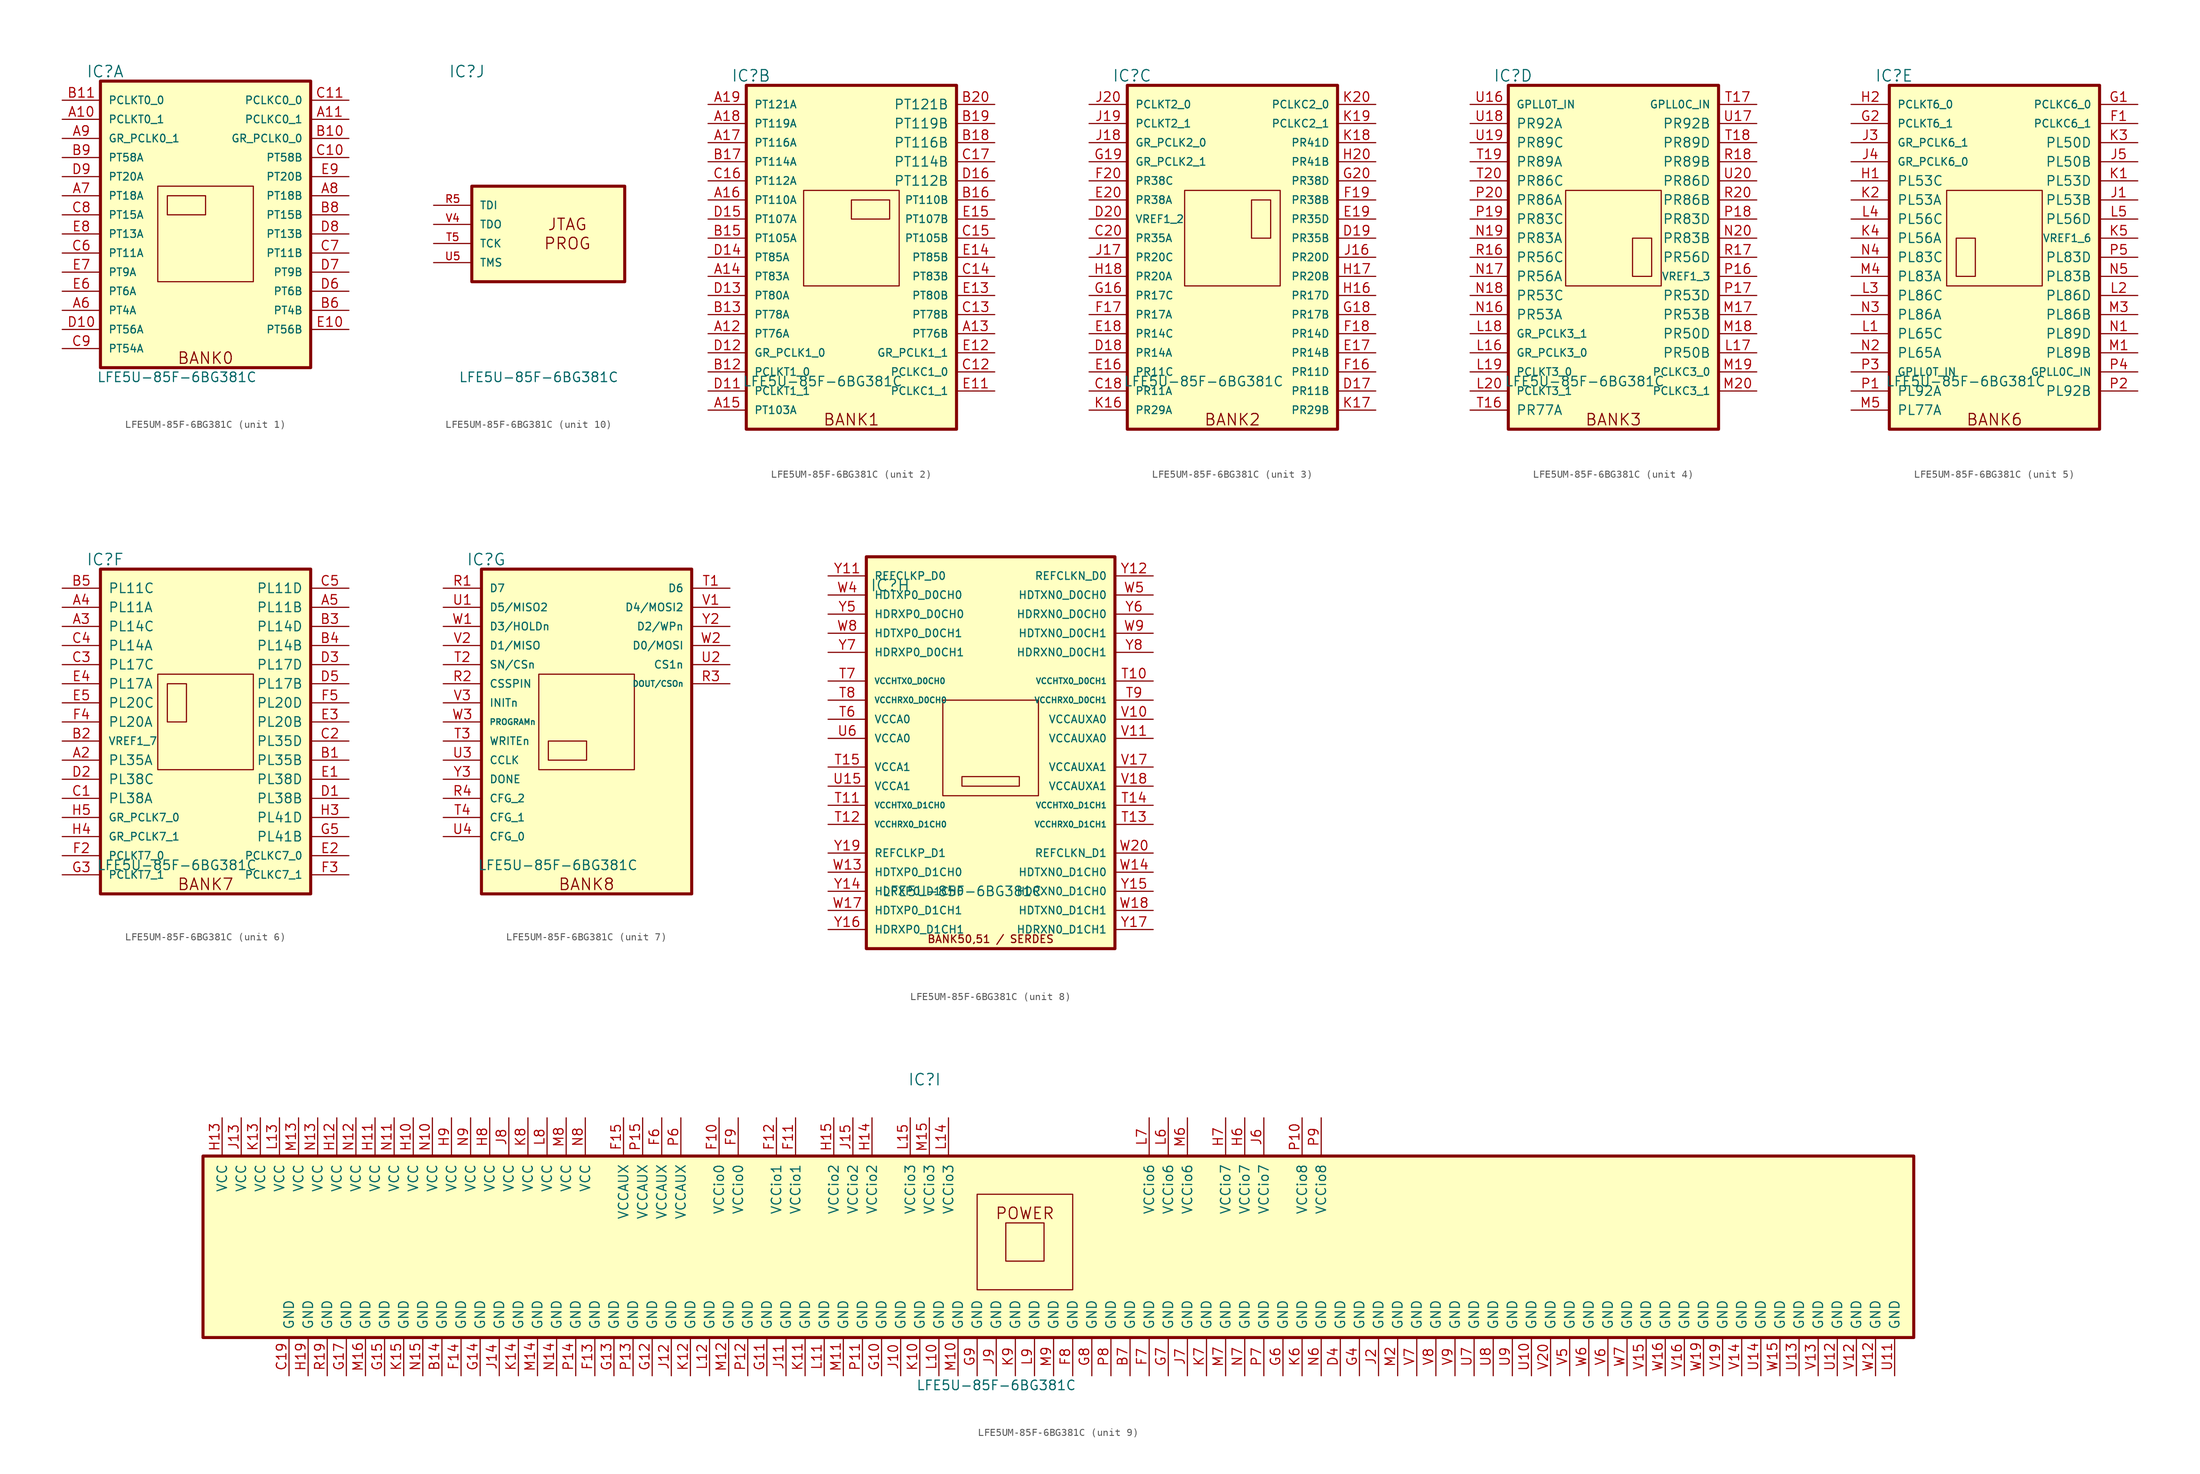
<source format=kicad_sym>
(kicad_symbol_lib
  (version 20241209)
  (generator "kicad_symbol_editor")
  (generator_version "9.0")
  (symbol "LFE5UM-85F-6BG381C"
    (pin_names
      (offset 1.016))
    (property "Reference" "IC"
      (at -13.335 21.59 0)
      (effects (font (size 1.524 1.524))))
    (property "Value" "LFE5U-85F-6BG381C"
      (at -3.81 -19.05 0)
      (effects (font (size 1.27 1.27))))
    (property "DigiKey" ""
      (at 0 0 0)
      (effects (font (size 0.889 0.889))))
    (property "Mouser" ""
      (at 0 0 0)
      (effects (font (size 0.889 0.889))))
    (property "ki_locked" ""
      (at 0 0 0)
      (effects (font (size 1.27 1.27))))
    (symbol "LFE5UM-85F-6BG381C_1_1"
      (rectangle (start -13.97 20.32) (end 13.97 -17.78) (stroke (width 0.406) (type solid)) (fill (type background)))
      (rectangle (start -6.35 6.35) (end 6.35 -6.35) (stroke (width 0) (type solid)) (fill (type none)))
      (rectangle (start -5.08 5.08) (end 0 2.54) (stroke (width 0) (type solid)) (fill (type none)))
      (text "BANK0" (at 0 -16.51 0) (effects (font (size 1.524 1.524))))
      (pin input line (at -19.05 17.78 0) (length 5.08) (name "PCLKT0_0" (effects (font (size 1.016 1.016)))) (number "B11" (effects (font (size 1.27 1.27)))))
      (pin input line (at -19.05 15.24 0) (length 5.08) (name "PCLKT0_1" (effects (font (size 1.016 1.016)))) (number "A10" (effects (font (size 1.27 1.27)))))
      (pin input line (at -19.05 12.7 0) (length 5.08) (name "GR_PCLK0_1" (effects (font (size 1.016 1.016)))) (number "A9" (effects (font (size 1.27 1.27)))))
      (pin input line (at -19.05 10.16 0) (length 5.08) (name "PT58A" (effects (font (size 1.016 1.016)))) (number "B9" (effects (font (size 1.27 1.27)))))
      (pin input line (at -19.05 7.62 0) (length 5.08) (name "PT20A" (effects (font (size 1.016 1.016)))) (number "D9" (effects (font (size 1.27 1.27)))))
      (pin input line (at -19.05 5.08 0) (length 5.08) (name "PT18A" (effects (font (size 1.016 1.016)))) (number "A7" (effects (font (size 1.27 1.27)))))
      (pin input line (at -19.05 2.54 0) (length 5.08) (name "PT15A" (effects (font (size 1.016 1.016)))) (number "C8" (effects (font (size 1.27 1.27)))))
      (pin input line (at -19.05 0 0) (length 5.08) (name "PT13A" (effects (font (size 1.016 1.016)))) (number "E8" (effects (font (size 1.27 1.27)))))
      (pin input line (at -19.05 -2.54 0) (length 5.08) (name "PT11A" (effects (font (size 1.016 1.016)))) (number "C6" (effects (font (size 1.27 1.27)))))
      (pin input line (at -19.05 -5.08 0) (length 5.08) (name "PT9A" (effects (font (size 1.016 1.016)))) (number "E7" (effects (font (size 1.27 1.27)))))
      (pin input line (at -19.05 -7.62 0) (length 5.08) (name "PT6A" (effects (font (size 1.016 1.016)))) (number "E6" (effects (font (size 1.27 1.27)))))
      (pin input line (at -19.05 -10.16 0) (length 5.08) (name "PT4A" (effects (font (size 1.016 1.016)))) (number "A6" (effects (font (size 1.27 1.27)))))
      (pin input line (at -19.05 -12.7 0) (length 5.08) (name "PT56A" (effects (font (size 1.016 1.016)))) (number "D10" (effects (font (size 1.27 1.27)))))
      (pin input line (at -19.05 -15.24 0) (length 5.08) (name "PT54A" (effects (font (size 1.016 1.016)))) (number "C9" (effects (font (size 1.27 1.27)))))
      (pin input line (at 19.05 17.78 180) (length 5.08) (name "PCLKC0_0" (effects (font (size 1.016 1.016)))) (number "C11" (effects (font (size 1.27 1.27)))))
      (pin input line (at 19.05 15.24 180) (length 5.08) (name "PCLKC0_1" (effects (font (size 1.016 1.016)))) (number "A11" (effects (font (size 1.27 1.27)))))
      (pin input line (at 19.05 12.7 180) (length 5.08) (name "GR_PCLK0_0" (effects (font (size 1.016 1.016)))) (number "B10" (effects (font (size 1.27 1.27)))))
      (pin input line (at 19.05 10.16 180) (length 5.08) (name "PT58B" (effects (font (size 1.016 1.016)))) (number "C10" (effects (font (size 1.27 1.27)))))
      (pin input line (at 19.05 7.62 180) (length 5.08) (name "PT20B" (effects (font (size 1.016 1.016)))) (number "E9" (effects (font (size 1.27 1.27)))))
      (pin input line (at 19.05 5.08 180) (length 5.08) (name "PT18B" (effects (font (size 1.016 1.016)))) (number "A8" (effects (font (size 1.27 1.27)))))
      (pin input line (at 19.05 2.54 180) (length 5.08) (name "PT15B" (effects (font (size 1.016 1.016)))) (number "B8" (effects (font (size 1.27 1.27)))))
      (pin input line (at 19.05 0 180) (length 5.08) (name "PT13B" (effects (font (size 1.016 1.016)))) (number "D8" (effects (font (size 1.27 1.27)))))
      (pin input line (at 19.05 -2.54 180) (length 5.08) (name "PT11B" (effects (font (size 1.016 1.016)))) (number "C7" (effects (font (size 1.27 1.27)))))
      (pin input line (at 19.05 -5.08 180) (length 5.08) (name "PT9B" (effects (font (size 1.016 1.016)))) (number "D7" (effects (font (size 1.27 1.27)))))
      (pin input line (at 19.05 -7.62 180) (length 5.08) (name "PT6B" (effects (font (size 1.016 1.016)))) (number "D6" (effects (font (size 1.27 1.27)))))
      (pin input line (at 19.05 -10.16 180) (length 5.08) (name "PT4B" (effects (font (size 1.016 1.016)))) (number "B6" (effects (font (size 1.27 1.27)))))
      (pin input line (at 19.05 -12.7 180) (length 5.08) (name "PT56B" (effects (font (size 1.016 1.016)))) (number "E10" (effects (font (size 1.27 1.27))))))
    (symbol "LFE5UM-85F-6BG381C_2_0"
      (text "BANK1" (at 0 -24.13 0) (effects (font (size 1.524 1.524)))))
    (symbol "LFE5UM-85F-6BG381C_2_1"
      (rectangle (start -13.97 20.32) (end 13.97 -25.4) (stroke (width 0.406) (type solid)) (fill (type background)))
      (rectangle (start -6.35 6.35) (end 6.35 -6.35) (stroke (width 0) (type solid)) (fill (type none)))
      (rectangle (start 0 5.08) (end 5.08 2.54) (stroke (width 0) (type solid)) (fill (type none)))
      (pin input line (at -19.05 17.78 0) (length 5.08) (name "PT121A" (effects (font (size 1.016 1.016)))) (number "A19" (effects (font (size 1.27 1.27)))))
      (pin input line (at -19.05 15.24 0) (length 5.08) (name "PT119A" (effects (font (size 1.016 1.016)))) (number "A18" (effects (font (size 1.27 1.27)))))
      (pin input line (at -19.05 12.7 0) (length 5.08) (name "PT116A" (effects (font (size 1.016 1.016)))) (number "A17" (effects (font (size 1.27 1.27)))))
      (pin input line (at -19.05 10.16 0) (length 5.08) (name "PT114A" (effects (font (size 1.016 1.016)))) (number "B17" (effects (font (size 1.27 1.27)))))
      (pin input line (at -19.05 7.62 0) (length 5.08) (name "PT112A" (effects (font (size 1.016 1.016)))) (number "C16" (effects (font (size 1.27 1.27)))))
      (pin input line (at -19.05 5.08 0) (length 5.08) (name "PT110A" (effects (font (size 1.016 1.016)))) (number "A16" (effects (font (size 1.27 1.27)))))
      (pin input line (at -19.05 2.54 0) (length 5.08) (name "PT107A" (effects (font (size 1.016 1.016)))) (number "D15" (effects (font (size 1.27 1.27)))))
      (pin input line (at -19.05 0 0) (length 5.08) (name "PT105A" (effects (font (size 1.016 1.016)))) (number "B15" (effects (font (size 1.27 1.27)))))
      (pin input line (at -19.05 -2.54 0) (length 5.08) (name "PT85A" (effects (font (size 1.016 1.016)))) (number "D14" (effects (font (size 1.27 1.27)))))
      (pin input line (at -19.05 -5.08 0) (length 5.08) (name "PT83A" (effects (font (size 1.016 1.016)))) (number "A14" (effects (font (size 1.27 1.27)))))
      (pin input line (at -19.05 -7.62 0) (length 5.08) (name "PT80A" (effects (font (size 1.016 1.016)))) (number "D13" (effects (font (size 1.27 1.27)))))
      (pin input line (at -19.05 -10.16 0) (length 5.08) (name "PT78A" (effects (font (size 1.016 1.016)))) (number "B13" (effects (font (size 1.27 1.27)))))
      (pin input line (at -19.05 -12.7 0) (length 5.08) (name "PT76A" (effects (font (size 1.016 1.016)))) (number "A12" (effects (font (size 1.27 1.27)))))
      (pin input line (at -19.05 -15.24 0) (length 5.08) (name "GR_PCLK1_0" (effects (font (size 1.016 1.016)))) (number "D12" (effects (font (size 1.27 1.27)))))
      (pin input line (at -19.05 -17.78 0) (length 5.08) (name "PCLKT1_0" (effects (font (size 1.016 1.016)))) (number "B12" (effects (font (size 1.27 1.27)))))
      (pin input line (at -19.05 -20.32 0) (length 5.08) (name "PCLKT1_1" (effects (font (size 1.016 1.016)))) (number "D11" (effects (font (size 1.27 1.27)))))
      (pin input line (at -19.05 -22.86 0) (length 5.08) (name "PT103A" (effects (font (size 1.016 1.016)))) (number "A15" (effects (font (size 1.27 1.27)))))
      (pin input line (at 19.05 17.78 180) (length 5.08) (name "PT121B" (effects (font (size 1.27 1.27)))) (number "B20" (effects (font (size 1.27 1.27)))))
      (pin input line (at 19.05 15.24 180) (length 5.08) (name "PT119B" (effects (font (size 1.27 1.27)))) (number "B19" (effects (font (size 1.27 1.27)))))
      (pin input line (at 19.05 12.7 180) (length 5.08) (name "PT116B" (effects (font (size 1.27 1.27)))) (number "B18" (effects (font (size 1.27 1.27)))))
      (pin input line (at 19.05 10.16 180) (length 5.08) (name "PT114B" (effects (font (size 1.27 1.27)))) (number "C17" (effects (font (size 1.27 1.27)))))
      (pin input line (at 19.05 7.62 180) (length 5.08) (name "PT112B" (effects (font (size 1.27 1.27)))) (number "D16" (effects (font (size 1.27 1.27)))))
      (pin input line (at 19.05 5.08 180) (length 5.08) (name "PT110B" (effects (font (size 1.016 1.016)))) (number "B16" (effects (font (size 1.27 1.27)))))
      (pin input line (at 19.05 2.54 180) (length 5.08) (name "PT107B" (effects (font (size 1.016 1.016)))) (number "E15" (effects (font (size 1.27 1.27)))))
      (pin input line (at 19.05 0 180) (length 5.08) (name "PT105B" (effects (font (size 1.016 1.016)))) (number "C15" (effects (font (size 1.27 1.27)))))
      (pin input line (at 19.05 -2.54 180) (length 5.08) (name "PT85B" (effects (font (size 1.016 1.016)))) (number "E14" (effects (font (size 1.27 1.27)))))
      (pin input line (at 19.05 -5.08 180) (length 5.08) (name "PT83B" (effects (font (size 1.016 1.016)))) (number "C14" (effects (font (size 1.27 1.27)))))
      (pin input line (at 19.05 -7.62 180) (length 5.08) (name "PT80B" (effects (font (size 1.016 1.016)))) (number "E13" (effects (font (size 1.27 1.27)))))
      (pin input line (at 19.05 -10.16 180) (length 5.08) (name "PT78B" (effects (font (size 1.016 1.016)))) (number "C13" (effects (font (size 1.27 1.27)))))
      (pin input line (at 19.05 -12.7 180) (length 5.08) (name "PT76B" (effects (font (size 1.016 1.016)))) (number "A13" (effects (font (size 1.27 1.27)))))
      (pin input line (at 19.05 -15.24 180) (length 5.08) (name "GR_PCLK1_1" (effects (font (size 1.016 1.016)))) (number "E12" (effects (font (size 1.27 1.27)))))
      (pin input line (at 19.05 -17.78 180) (length 5.08) (name "PCLKC1_0" (effects (font (size 1.016 1.016)))) (number "C12" (effects (font (size 1.27 1.27)))))
      (pin input line (at 19.05 -20.32 180) (length 5.08) (name "PCLKC1_1" (effects (font (size 1.016 1.016)))) (number "E11" (effects (font (size 1.27 1.27))))))
    (symbol "LFE5UM-85F-6BG381C_3_0"
      (text "BANK2" (at 0 -24.13 0) (effects (font (size 1.524 1.524)))))
    (symbol "LFE5UM-85F-6BG381C_3_1"
      (rectangle (start -13.97 20.32) (end 13.97 -25.4) (stroke (width 0.406) (type solid)) (fill (type background)))
      (rectangle (start -6.35 6.35) (end 6.35 -6.35) (stroke (width 0) (type solid)) (fill (type none)))
      (rectangle (start 5.08 5.08) (end 2.54 0) (stroke (width 0) (type solid)) (fill (type none)))
      (pin input line (at -19.05 17.78 0) (length 5.08) (name "PCLKT2_0" (effects (font (size 1.016 1.016)))) (number "J20" (effects (font (size 1.27 1.27)))))
      (pin input line (at -19.05 15.24 0) (length 5.08) (name "PCLKT2_1" (effects (font (size 1.016 1.016)))) (number "J19" (effects (font (size 1.27 1.27)))))
      (pin input line (at -19.05 12.7 0) (length 5.08) (name "GR_PCLK2_0" (effects (font (size 1.016 1.016)))) (number "J18" (effects (font (size 1.27 1.27)))))
      (pin input line (at -19.05 10.16 0) (length 5.08) (name "GR_PCLK2_1" (effects (font (size 1.016 1.016)))) (number "G19" (effects (font (size 1.27 1.27)))))
      (pin input line (at -19.05 7.62 0) (length 5.08) (name "PR38C" (effects (font (size 1.016 1.016)))) (number "F20" (effects (font (size 1.27 1.27)))))
      (pin input line (at -19.05 5.08 0) (length 5.08) (name "PR38A" (effects (font (size 1.016 1.016)))) (number "E20" (effects (font (size 1.27 1.27)))))
      (pin input line (at -19.05 2.54 0) (length 5.08) (name "VREF1_2" (effects (font (size 1.016 1.016)))) (number "D20" (effects (font (size 1.27 1.27)))))
      (pin input line (at -19.05 0 0) (length 5.08) (name "PR35A" (effects (font (size 1.016 1.016)))) (number "C20" (effects (font (size 1.27 1.27)))))
      (pin input line (at -19.05 -2.54 0) (length 5.08) (name "PR20C" (effects (font (size 1.016 1.016)))) (number "J17" (effects (font (size 1.27 1.27)))))
      (pin input line (at -19.05 -5.08 0) (length 5.08) (name "PR20A" (effects (font (size 1.016 1.016)))) (number "H18" (effects (font (size 1.27 1.27)))))
      (pin input line (at -19.05 -7.62 0) (length 5.08) (name "PR17C" (effects (font (size 1.016 1.016)))) (number "G16" (effects (font (size 1.27 1.27)))))
      (pin input line (at -19.05 -10.16 0) (length 5.08) (name "PR17A" (effects (font (size 1.016 1.016)))) (number "F17" (effects (font (size 1.27 1.27)))))
      (pin input line (at -19.05 -12.7 0) (length 5.08) (name "PR14C" (effects (font (size 1.016 1.016)))) (number "E18" (effects (font (size 1.27 1.27)))))
      (pin input line (at -19.05 -15.24 0) (length 5.08) (name "PR14A" (effects (font (size 1.016 1.016)))) (number "D18" (effects (font (size 1.27 1.27)))))
      (pin input line (at -19.05 -17.78 0) (length 5.08) (name "PR11C" (effects (font (size 1.016 1.016)))) (number "E16" (effects (font (size 1.27 1.27)))))
      (pin input line (at -19.05 -20.32 0) (length 5.08) (name "PR11A" (effects (font (size 1.016 1.016)))) (number "C18" (effects (font (size 1.27 1.27)))))
      (pin input line (at -19.05 -22.86 0) (length 5.08) (name "PR29A" (effects (font (size 1.016 1.016)))) (number "K16" (effects (font (size 1.27 1.27)))))
      (pin input line (at 19.05 17.78 180) (length 5.08) (name "PCLKC2_0" (effects (font (size 1.016 1.016)))) (number "K20" (effects (font (size 1.27 1.27)))))
      (pin input line (at 19.05 15.24 180) (length 5.08) (name "PCLKC2_1" (effects (font (size 1.016 1.016)))) (number "K19" (effects (font (size 1.27 1.27)))))
      (pin input line (at 19.05 12.7 180) (length 5.08) (name "PR41D" (effects (font (size 1.016 1.016)))) (number "K18" (effects (font (size 1.27 1.27)))))
      (pin input line (at 19.05 10.16 180) (length 5.08) (name "PR41B" (effects (font (size 1.016 1.016)))) (number "H20" (effects (font (size 1.27 1.27)))))
      (pin input line (at 19.05 7.62 180) (length 5.08) (name "PR38D" (effects (font (size 1.016 1.016)))) (number "G20" (effects (font (size 1.27 1.27)))))
      (pin input line (at 19.05 5.08 180) (length 5.08) (name "PR38B" (effects (font (size 1.016 1.016)))) (number "F19" (effects (font (size 1.27 1.27)))))
      (pin input line (at 19.05 2.54 180) (length 5.08) (name "PR35D" (effects (font (size 1.016 1.016)))) (number "E19" (effects (font (size 1.27 1.27)))))
      (pin input line (at 19.05 0 180) (length 5.08) (name "PR35B" (effects (font (size 1.016 1.016)))) (number "D19" (effects (font (size 1.27 1.27)))))
      (pin input line (at 19.05 -2.54 180) (length 5.08) (name "PR20D" (effects (font (size 1.016 1.016)))) (number "J16" (effects (font (size 1.27 1.27)))))
      (pin input line (at 19.05 -5.08 180) (length 5.08) (name "PR20B" (effects (font (size 1.016 1.016)))) (number "H17" (effects (font (size 1.27 1.27)))))
      (pin input line (at 19.05 -7.62 180) (length 5.08) (name "PR17D" (effects (font (size 1.016 1.016)))) (number "H16" (effects (font (size 1.27 1.27)))))
      (pin input line (at 19.05 -10.16 180) (length 5.08) (name "PR17B" (effects (font (size 1.016 1.016)))) (number "G18" (effects (font (size 1.27 1.27)))))
      (pin input line (at 19.05 -12.7 180) (length 5.08) (name "PR14D" (effects (font (size 1.016 1.016)))) (number "F18" (effects (font (size 1.27 1.27)))))
      (pin input line (at 19.05 -15.24 180) (length 5.08) (name "PR14B" (effects (font (size 1.016 1.016)))) (number "E17" (effects (font (size 1.27 1.27)))))
      (pin input line (at 19.05 -17.78 180) (length 5.08) (name "PR11D" (effects (font (size 1.016 1.016)))) (number "F16" (effects (font (size 1.27 1.27)))))
      (pin input line (at 19.05 -20.32 180) (length 5.08) (name "PR11B" (effects (font (size 1.016 1.016)))) (number "D17" (effects (font (size 1.27 1.27)))))
      (pin input line (at 19.05 -22.86 180) (length 5.08) (name "PR29B" (effects (font (size 1.016 1.016)))) (number "K17" (effects (font (size 1.27 1.27))))))
    (symbol "LFE5UM-85F-6BG381C_4_0"
      (text "BANK3" (at 0 -24.13 0) (effects (font (size 1.524 1.524)))))
    (symbol "LFE5UM-85F-6BG381C_4_1"
      (rectangle (start -13.97 20.32) (end 13.97 -25.4) (stroke (width 0.406) (type solid)) (fill (type background)))
      (rectangle (start -6.35 6.35) (end 6.35 -6.35) (stroke (width 0) (type solid)) (fill (type none)))
      (rectangle (start 2.54 0) (end 5.08 -5.08) (stroke (width 0) (type solid)) (fill (type none)))
      (pin input line (at -19.05 17.78 0) (length 5.08) (name "GPLL0T_IN" (effects (font (size 1.016 1.016)))) (number "U16" (effects (font (size 1.27 1.27)))))
      (pin input line (at -19.05 15.24 0) (length 5.08) (name "PR92A" (effects (font (size 1.27 1.27)))) (number "U18" (effects (font (size 1.27 1.27)))))
      (pin input line (at -19.05 12.7 0) (length 5.08) (name "PR89C" (effects (font (size 1.27 1.27)))) (number "U19" (effects (font (size 1.27 1.27)))))
      (pin input line (at -19.05 10.16 0) (length 5.08) (name "PR89A" (effects (font (size 1.27 1.27)))) (number "T19" (effects (font (size 1.27 1.27)))))
      (pin input line (at -19.05 7.62 0) (length 5.08) (name "PR86C" (effects (font (size 1.27 1.27)))) (number "T20" (effects (font (size 1.27 1.27)))))
      (pin input line (at -19.05 5.08 0) (length 5.08) (name "PR86A" (effects (font (size 1.27 1.27)))) (number "P20" (effects (font (size 1.27 1.27)))))
      (pin input line (at -19.05 2.54 0) (length 5.08) (name "PR83C" (effects (font (size 1.27 1.27)))) (number "P19" (effects (font (size 1.27 1.27)))))
      (pin input line (at -19.05 0 0) (length 5.08) (name "PR83A" (effects (font (size 1.27 1.27)))) (number "N19" (effects (font (size 1.27 1.27)))))
      (pin input line (at -19.05 -2.54 0) (length 5.08) (name "PR56C" (effects (font (size 1.27 1.27)))) (number "R16" (effects (font (size 1.27 1.27)))))
      (pin input line (at -19.05 -5.08 0) (length 5.08) (name "PR56A" (effects (font (size 1.27 1.27)))) (number "N17" (effects (font (size 1.27 1.27)))))
      (pin input line (at -19.05 -7.62 0) (length 5.08) (name "PR53C" (effects (font (size 1.27 1.27)))) (number "N18" (effects (font (size 1.27 1.27)))))
      (pin input line (at -19.05 -10.16 0) (length 5.08) (name "PR53A" (effects (font (size 1.27 1.27)))) (number "N16" (effects (font (size 1.27 1.27)))))
      (pin input line (at -19.05 -12.7 0) (length 5.08) (name "GR_PCLK3_1" (effects (font (size 1.016 1.016)))) (number "L18" (effects (font (size 1.27 1.27)))))
      (pin input line (at -19.05 -15.24 0) (length 5.08) (name "GR_PCLK3_0" (effects (font (size 1.016 1.016)))) (number "L16" (effects (font (size 1.27 1.27)))))
      (pin input line (at -19.05 -17.78 0) (length 5.08) (name "PCLKT3_0" (effects (font (size 1.016 1.016)))) (number "L19" (effects (font (size 1.27 1.27)))))
      (pin input line (at -19.05 -20.32 0) (length 5.08) (name "PCLKT3_1" (effects (font (size 1.016 1.016)))) (number "L20" (effects (font (size 1.27 1.27)))))
      (pin input line (at -19.05 -22.86 0) (length 5.08) (name "PR77A" (effects (font (size 1.27 1.27)))) (number "T16" (effects (font (size 1.27 1.27)))))
      (pin input line (at 19.05 17.78 180) (length 5.08) (name "GPLL0C_IN" (effects (font (size 1.016 1.016)))) (number "T17" (effects (font (size 1.27 1.27)))))
      (pin input line (at 19.05 15.24 180) (length 5.08) (name "PR92B" (effects (font (size 1.27 1.27)))) (number "U17" (effects (font (size 1.27 1.27)))))
      (pin input line (at 19.05 12.7 180) (length 5.08) (name "PR89D" (effects (font (size 1.27 1.27)))) (number "T18" (effects (font (size 1.27 1.27)))))
      (pin input line (at 19.05 10.16 180) (length 5.08) (name "PR89B" (effects (font (size 1.27 1.27)))) (number "R18" (effects (font (size 1.27 1.27)))))
      (pin input line (at 19.05 7.62 180) (length 5.08) (name "PR86D" (effects (font (size 1.27 1.27)))) (number "U20" (effects (font (size 1.27 1.27)))))
      (pin input line (at 19.05 5.08 180) (length 5.08) (name "PR86B" (effects (font (size 1.27 1.27)))) (number "R20" (effects (font (size 1.27 1.27)))))
      (pin input line (at 19.05 2.54 180) (length 5.08) (name "PR83D" (effects (font (size 1.27 1.27)))) (number "P18" (effects (font (size 1.27 1.27)))))
      (pin input line (at 19.05 0 180) (length 5.08) (name "PR83B" (effects (font (size 1.27 1.27)))) (number "N20" (effects (font (size 1.27 1.27)))))
      (pin input line (at 19.05 -2.54 180) (length 5.08) (name "PR56D" (effects (font (size 1.27 1.27)))) (number "R17" (effects (font (size 1.27 1.27)))))
      (pin input line (at 19.05 -5.08 180) (length 5.08) (name "VREF1_3" (effects (font (size 1.016 1.016)))) (number "P16" (effects (font (size 1.27 1.27)))))
      (pin input line (at 19.05 -7.62 180) (length 5.08) (name "PR53D" (effects (font (size 1.27 1.27)))) (number "P17" (effects (font (size 1.27 1.27)))))
      (pin input line (at 19.05 -10.16 180) (length 5.08) (name "PR53B" (effects (font (size 1.27 1.27)))) (number "M17" (effects (font (size 1.27 1.27)))))
      (pin input line (at 19.05 -12.7 180) (length 5.08) (name "PR50D" (effects (font (size 1.27 1.27)))) (number "M18" (effects (font (size 1.27 1.27)))))
      (pin input line (at 19.05 -15.24 180) (length 5.08) (name "PR50B" (effects (font (size 1.27 1.27)))) (number "L17" (effects (font (size 1.27 1.27)))))
      (pin input line (at 19.05 -17.78 180) (length 5.08) (name "PCLKC3_0" (effects (font (size 1.016 1.016)))) (number "M19" (effects (font (size 1.27 1.27)))))
      (pin input line (at 19.05 -20.32 180) (length 5.08) (name "PCLKC3_1" (effects (font (size 1.016 1.016)))) (number "M20" (effects (font (size 1.27 1.27))))))
    (symbol "LFE5UM-85F-6BG381C_5_0"
      (text "BANK6" (at 0 -24.13 0) (effects (font (size 1.524 1.524)))))
    (symbol "LFE5UM-85F-6BG381C_5_1"
      (rectangle (start -13.97 20.32) (end 13.97 -25.4) (stroke (width 0.406) (type solid)) (fill (type background)))
      (rectangle (start -6.35 6.35) (end 6.35 -6.35) (stroke (width 0) (type solid)) (fill (type none)))
      (rectangle (start -5.08 0) (end -2.54 -5.08) (stroke (width 0) (type solid)) (fill (type none)))
      (pin input line (at -19.05 17.78 0) (length 5.08) (name "PCLKT6_0" (effects (font (size 1.016 1.016)))) (number "H2" (effects (font (size 1.27 1.27)))))
      (pin input line (at -19.05 15.24 0) (length 5.08) (name "PCLKT6_1" (effects (font (size 1.016 1.016)))) (number "G2" (effects (font (size 1.27 1.27)))))
      (pin input line (at -19.05 12.7 0) (length 5.08) (name "GR_PCLK6_1" (effects (font (size 1.016 1.016)))) (number "J3" (effects (font (size 1.27 1.27)))))
      (pin input line (at -19.05 10.16 0) (length 5.08) (name "GR_PCLK6_0" (effects (font (size 1.016 1.016)))) (number "J4" (effects (font (size 1.27 1.27)))))
      (pin input line (at -19.05 7.62 0) (length 5.08) (name "PL53C" (effects (font (size 1.27 1.27)))) (number "H1" (effects (font (size 1.27 1.27)))))
      (pin input line (at -19.05 5.08 0) (length 5.08) (name "PL53A" (effects (font (size 1.27 1.27)))) (number "K2" (effects (font (size 1.27 1.27)))))
      (pin input line (at -19.05 2.54 0) (length 5.08) (name "PL56C" (effects (font (size 1.27 1.27)))) (number "L4" (effects (font (size 1.27 1.27)))))
      (pin input line (at -19.05 0 0) (length 5.08) (name "PL56A" (effects (font (size 1.27 1.27)))) (number "K4" (effects (font (size 1.27 1.27)))))
      (pin input line (at -19.05 -2.54 0) (length 5.08) (name "PL83C" (effects (font (size 1.27 1.27)))) (number "N4" (effects (font (size 1.27 1.27)))))
      (pin input line (at -19.05 -5.08 0) (length 5.08) (name "PL83A" (effects (font (size 1.27 1.27)))) (number "M4" (effects (font (size 1.27 1.27)))))
      (pin input line (at -19.05 -7.62 0) (length 5.08) (name "PL86C" (effects (font (size 1.27 1.27)))) (number "L3" (effects (font (size 1.27 1.27)))))
      (pin input line (at -19.05 -10.16 0) (length 5.08) (name "PL86A" (effects (font (size 1.27 1.27)))) (number "N3" (effects (font (size 1.27 1.27)))))
      (pin input line (at -19.05 -12.7 0) (length 5.08) (name "PL65C" (effects (font (size 1.27 1.27)))) (number "L1" (effects (font (size 1.27 1.27)))))
      (pin input line (at -19.05 -15.24 0) (length 5.08) (name "PL65A" (effects (font (size 1.27 1.27)))) (number "N2" (effects (font (size 1.27 1.27)))))
      (pin input line (at -19.05 -17.78 0) (length 5.08) (name "GPLL0T_IN" (effects (font (size 1.016 1.016)))) (number "P3" (effects (font (size 1.27 1.27)))))
      (pin input line (at -19.05 -20.32 0) (length 5.08) (name "PL92A" (effects (font (size 1.27 1.27)))) (number "P1" (effects (font (size 1.27 1.27)))))
      (pin input line (at -19.05 -22.86 0) (length 5.08) (name "PL77A" (effects (font (size 1.27 1.27)))) (number "M5" (effects (font (size 1.27 1.27)))))
      (pin input line (at 19.05 17.78 180) (length 5.08) (name "PCLKC6_0" (effects (font (size 1.016 1.016)))) (number "G1" (effects (font (size 1.27 1.27)))))
      (pin input line (at 19.05 15.24 180) (length 5.08) (name "PCLKC6_1" (effects (font (size 1.016 1.016)))) (number "F1" (effects (font (size 1.27 1.27)))))
      (pin input line (at 19.05 12.7 180) (length 5.08) (name "PL50D" (effects (font (size 1.27 1.27)))) (number "K3" (effects (font (size 1.27 1.27)))))
      (pin input line (at 19.05 10.16 180) (length 5.08) (name "PL50B" (effects (font (size 1.27 1.27)))) (number "J5" (effects (font (size 1.27 1.27)))))
      (pin input line (at 19.05 7.62 180) (length 5.08) (name "PL53D" (effects (font (size 1.27 1.27)))) (number "K1" (effects (font (size 1.27 1.27)))))
      (pin input line (at 19.05 5.08 180) (length 5.08) (name "PL53B" (effects (font (size 1.27 1.27)))) (number "J1" (effects (font (size 1.27 1.27)))))
      (pin input line (at 19.05 2.54 180) (length 5.08) (name "PL56D" (effects (font (size 1.27 1.27)))) (number "L5" (effects (font (size 1.27 1.27)))))
      (pin input line (at 19.05 0 180) (length 5.08) (name "VREF1_6" (effects (font (size 1.016 1.016)))) (number "K5" (effects (font (size 1.27 1.27)))))
      (pin input line (at 19.05 -2.54 180) (length 5.08) (name "PL83D" (effects (font (size 1.27 1.27)))) (number "P5" (effects (font (size 1.27 1.27)))))
      (pin input line (at 19.05 -5.08 180) (length 5.08) (name "PL83B" (effects (font (size 1.27 1.27)))) (number "N5" (effects (font (size 1.27 1.27)))))
      (pin input line (at 19.05 -7.62 180) (length 5.08) (name "PL86D" (effects (font (size 1.27 1.27)))) (number "L2" (effects (font (size 1.27 1.27)))))
      (pin input line (at 19.05 -10.16 180) (length 5.08) (name "PL86B" (effects (font (size 1.27 1.27)))) (number "M3" (effects (font (size 1.27 1.27)))))
      (pin input line (at 19.05 -12.7 180) (length 5.08) (name "PL89D" (effects (font (size 1.27 1.27)))) (number "N1" (effects (font (size 1.27 1.27)))))
      (pin input line (at 19.05 -15.24 180) (length 5.08) (name "PL89B" (effects (font (size 1.27 1.27)))) (number "M1" (effects (font (size 1.27 1.27)))))
      (pin input line (at 19.05 -17.78 180) (length 5.08) (name "GPLL0C_IN" (effects (font (size 1.016 1.016)))) (number "P4" (effects (font (size 1.27 1.27)))))
      (pin input line (at 19.05 -20.32 180) (length 5.08) (name "PL92B" (effects (font (size 1.27 1.27)))) (number "P2" (effects (font (size 1.27 1.27))))))
    (symbol "LFE5UM-85F-6BG381C_6_0"
      (text "BANK7" (at 0 -21.59 0) (effects (font (size 1.524 1.524)))))
    (symbol "LFE5UM-85F-6BG381C_6_1"
      (rectangle (start -13.97 20.32) (end 13.97 -22.86) (stroke (width 0.406) (type solid)) (fill (type background)))
      (rectangle (start -6.35 6.35) (end 6.35 -6.35) (stroke (width 0) (type solid)) (fill (type none)))
      (rectangle (start -5.08 5.08) (end -2.54 0) (stroke (width 0) (type solid)) (fill (type none)))
      (pin input line (at -19.05 17.78 0) (length 5.08) (name "PL11C" (effects (font (size 1.27 1.27)))) (number "B5" (effects (font (size 1.27 1.27)))))
      (pin input line (at -19.05 15.24 0) (length 5.08) (name "PL11A" (effects (font (size 1.27 1.27)))) (number "A4" (effects (font (size 1.27 1.27)))))
      (pin input line (at -19.05 12.7 0) (length 5.08) (name "PL14C" (effects (font (size 1.27 1.27)))) (number "A3" (effects (font (size 1.27 1.27)))))
      (pin input line (at -19.05 10.16 0) (length 5.08) (name "PL14A" (effects (font (size 1.27 1.27)))) (number "C4" (effects (font (size 1.27 1.27)))))
      (pin input line (at -19.05 7.62 0) (length 5.08) (name "PL17C" (effects (font (size 1.27 1.27)))) (number "C3" (effects (font (size 1.27 1.27)))))
      (pin input line (at -19.05 5.08 0) (length 5.08) (name "PL17A" (effects (font (size 1.27 1.27)))) (number "E4" (effects (font (size 1.27 1.27)))))
      (pin input line (at -19.05 2.54 0) (length 5.08) (name "PL20C" (effects (font (size 1.27 1.27)))) (number "E5" (effects (font (size 1.27 1.27)))))
      (pin input line (at -19.05 0 0) (length 5.08) (name "PL20A" (effects (font (size 1.27 1.27)))) (number "F4" (effects (font (size 1.27 1.27)))))
      (pin input line (at -19.05 -2.54 0) (length 5.08) (name "VREF1_7" (effects (font (size 1.016 1.016)))) (number "B2" (effects (font (size 1.27 1.27)))))
      (pin input line (at -19.05 -5.08 0) (length 5.08) (name "PL35A" (effects (font (size 1.27 1.27)))) (number "A2" (effects (font (size 1.27 1.27)))))
      (pin input line (at -19.05 -7.62 0) (length 5.08) (name "PL38C" (effects (font (size 1.27 1.27)))) (number "D2" (effects (font (size 1.27 1.27)))))
      (pin input line (at -19.05 -10.16 0) (length 5.08) (name "PL38A" (effects (font (size 1.27 1.27)))) (number "C1" (effects (font (size 1.27 1.27)))))
      (pin input line (at -19.05 -12.7 0) (length 5.08) (name "GR_PCLK7_0" (effects (font (size 1.016 1.016)))) (number "H5" (effects (font (size 1.27 1.27)))))
      (pin input line (at -19.05 -15.24 0) (length 5.08) (name "GR_PCLK7_1" (effects (font (size 1.016 1.016)))) (number "H4" (effects (font (size 1.27 1.27)))))
      (pin input line (at -19.05 -17.78 0) (length 5.08) (name "PCLKT7_0" (effects (font (size 1.016 1.016)))) (number "F2" (effects (font (size 1.27 1.27)))))
      (pin input line (at -19.05 -20.32 0) (length 5.08) (name "PCLKT7_1" (effects (font (size 1.016 1.016)))) (number "G3" (effects (font (size 1.27 1.27)))))
      (pin input line (at 19.05 17.78 180) (length 5.08) (name "PL11D" (effects (font (size 1.27 1.27)))) (number "C5" (effects (font (size 1.27 1.27)))))
      (pin input line (at 19.05 15.24 180) (length 5.08) (name "PL11B" (effects (font (size 1.27 1.27)))) (number "A5" (effects (font (size 1.27 1.27)))))
      (pin input line (at 19.05 12.7 180) (length 5.08) (name "PL14D" (effects (font (size 1.27 1.27)))) (number "B3" (effects (font (size 1.27 1.27)))))
      (pin input line (at 19.05 10.16 180) (length 5.08) (name "PL14B" (effects (font (size 1.27 1.27)))) (number "B4" (effects (font (size 1.27 1.27)))))
      (pin input line (at 19.05 7.62 180) (length 5.08) (name "PL17D" (effects (font (size 1.27 1.27)))) (number "D3" (effects (font (size 1.27 1.27)))))
      (pin input line (at 19.05 5.08 180) (length 5.08) (name "PL17B" (effects (font (size 1.27 1.27)))) (number "D5" (effects (font (size 1.27 1.27)))))
      (pin input line (at 19.05 2.54 180) (length 5.08) (name "PL20D" (effects (font (size 1.27 1.27)))) (number "F5" (effects (font (size 1.27 1.27)))))
      (pin input line (at 19.05 0 180) (length 5.08) (name "PL20B" (effects (font (size 1.27 1.27)))) (number "E3" (effects (font (size 1.27 1.27)))))
      (pin input line (at 19.05 -2.54 180) (length 5.08) (name "PL35D" (effects (font (size 1.27 1.27)))) (number "C2" (effects (font (size 1.27 1.27)))))
      (pin input line (at 19.05 -5.08 180) (length 5.08) (name "PL35B" (effects (font (size 1.27 1.27)))) (number "B1" (effects (font (size 1.27 1.27)))))
      (pin input line (at 19.05 -7.62 180) (length 5.08) (name "PL38D" (effects (font (size 1.27 1.27)))) (number "E1" (effects (font (size 1.27 1.27)))))
      (pin input line (at 19.05 -10.16 180) (length 5.08) (name "PL38B" (effects (font (size 1.27 1.27)))) (number "D1" (effects (font (size 1.27 1.27)))))
      (pin input line (at 19.05 -12.7 180) (length 5.08) (name "PL41D" (effects (font (size 1.27 1.27)))) (number "H3" (effects (font (size 1.27 1.27)))))
      (pin input line (at 19.05 -15.24 180) (length 5.08) (name "PL41B" (effects (font (size 1.27 1.27)))) (number "G5" (effects (font (size 1.27 1.27)))))
      (pin input line (at 19.05 -17.78 180) (length 5.08) (name "PCLKC7_0" (effects (font (size 1.016 1.016)))) (number "E2" (effects (font (size 1.27 1.27)))))
      (pin input line (at 19.05 -20.32 180) (length 5.08) (name "PCLKC7_1" (effects (font (size 1.016 1.016)))) (number "F3" (effects (font (size 1.27 1.27))))))
    (symbol "LFE5UM-85F-6BG381C_7_0"
      (text "BANK8" (at 0 -21.59 0) (effects (font (size 1.524 1.524)))))
    (symbol "LFE5UM-85F-6BG381C_7_1"
      (rectangle (start -13.97 20.32) (end 13.97 -22.86) (stroke (width 0.406) (type solid)) (fill (type background)))
      (rectangle (start -6.35 6.35) (end 6.35 -6.35) (stroke (width 0) (type solid)) (fill (type none)))
      (rectangle (start -5.08 -5.08) (end 0 -2.54) (stroke (width 0) (type solid)) (fill (type none)))
      (pin input line (at -19.05 17.78 0) (length 5.08) (name "D7" (effects (font (size 1.016 1.016)))) (number "R1" (effects (font (size 1.27 1.27)))))
      (pin input line (at -19.05 15.24 0) (length 5.08) (name "D5/MISO2" (effects (font (size 1.016 1.016)))) (number "U1" (effects (font (size 1.27 1.27)))))
      (pin input line (at -19.05 12.7 0) (length 5.08) (name "D3/HOLDn" (effects (font (size 1.016 1.016)))) (number "W1" (effects (font (size 1.27 1.27)))))
      (pin input line (at -19.05 10.16 0) (length 5.08) (name "D1/MISO" (effects (font (size 1.016 1.016)))) (number "V2" (effects (font (size 1.27 1.27)))))
      (pin input line (at -19.05 7.62 0) (length 5.08) (name "SN/CSn" (effects (font (size 1.016 1.016)))) (number "T2" (effects (font (size 1.27 1.27)))))
      (pin input line (at -19.05 5.08 0) (length 5.08) (name "CSSPIN" (effects (font (size 1.016 1.016)))) (number "R2" (effects (font (size 1.27 1.27)))))
      (pin input line (at -19.05 2.54 0) (length 5.08) (name "INITn" (effects (font (size 1.016 1.016)))) (number "V3" (effects (font (size 1.27 1.27)))))
      (pin input line (at -19.05 0 0) (length 5.08) (name "PROGRAMn" (effects (font (size 0.762 0.762)))) (number "W3" (effects (font (size 1.27 1.27)))))
      (pin input line (at -19.05 -2.54 0) (length 5.08) (name "WRITEn" (effects (font (size 1.016 1.016)))) (number "T3" (effects (font (size 1.27 1.27)))))
      (pin input line (at -19.05 -5.08 0) (length 5.08) (name "CCLK" (effects (font (size 1.016 1.016)))) (number "U3" (effects (font (size 1.27 1.27)))))
      (pin input line (at -19.05 -7.62 0) (length 5.08) (name "DONE" (effects (font (size 1.016 1.016)))) (number "Y3" (effects (font (size 1.27 1.27)))))
      (pin input line (at -19.05 -10.16 0) (length 5.08) (name "CFG_2" (effects (font (size 1.016 1.016)))) (number "R4" (effects (font (size 1.27 1.27)))))
      (pin input line (at -19.05 -12.7 0) (length 5.08) (name "CFG_1" (effects (font (size 1.016 1.016)))) (number "T4" (effects (font (size 1.27 1.27)))))
      (pin input line (at -19.05 -15.24 0) (length 5.08) (name "CFG_0" (effects (font (size 1.016 1.016)))) (number "U4" (effects (font (size 1.27 1.27)))))
      (pin input line (at 19.05 17.78 180) (length 5.08) (name "D6" (effects (font (size 1.016 1.016)))) (number "T1" (effects (font (size 1.27 1.27)))))
      (pin input line (at 19.05 15.24 180) (length 5.08) (name "D4/MOSI2" (effects (font (size 1.016 1.016)))) (number "V1" (effects (font (size 1.27 1.27)))))
      (pin input line (at 19.05 12.7 180) (length 5.08) (name "D2/WPn" (effects (font (size 1.016 1.016)))) (number "Y2" (effects (font (size 1.27 1.27)))))
      (pin input line (at 19.05 10.16 180) (length 5.08) (name "D0/MOSI" (effects (font (size 1.016 1.016)))) (number "W2" (effects (font (size 1.27 1.27)))))
      (pin input line (at 19.05 7.62 180) (length 5.08) (name "CS1n" (effects (font (size 1.016 1.016)))) (number "U2" (effects (font (size 1.27 1.27)))))
      (pin input line (at 19.05 5.08 180) (length 5.08) (name "DOUT/CSOn" (effects (font (size 0.762 0.762)))) (number "R3" (effects (font (size 1.27 1.27))))))
    (symbol "LFE5UM-85F-6BG381C_8_0"
      (text "BANK50,51 / SERDES" (at 0 -25.4 0) (effects (font (size 1.016 1.016)))))
    (symbol "LFE5UM-85F-6BG381C_8_1"
      (rectangle (start -16.51 25.4) (end 16.51 -26.67) (stroke (width 0.406) (type solid)) (fill (type background)))
      (rectangle (start -6.35 6.35) (end 6.35 -6.35) (stroke (width 0) (type solid)) (fill (type none)))
      (rectangle (start 3.81 -5.08) (end -3.81 -3.81) (stroke (width 0) (type solid)) (fill (type none)))
      (pin input line (at -21.59 22.86 0) (length 5.08) (name "REFCLKP_D0" (effects (font (size 1.016 1.016)))) (number "Y11" (effects (font (size 1.27 1.27)))))
      (pin input line (at -21.59 20.32 0) (length 5.08) (name "HDTXP0_D0CH0" (effects (font (size 1.016 1.016)))) (number "W4" (effects (font (size 1.27 1.27)))))
      (pin input line (at -21.59 17.78 0) (length 5.08) (name "HDRXP0_D0CH0" (effects (font (size 1.016 1.016)))) (number "Y5" (effects (font (size 1.27 1.27)))))
      (pin input line (at -21.59 15.24 0) (length 5.08) (name "HDTXP0_D0CH1" (effects (font (size 1.016 1.016)))) (number "W8" (effects (font (size 1.27 1.27)))))
      (pin input line (at -21.59 12.7 0) (length 5.08) (name "HDRXP0_D0CH1" (effects (font (size 1.016 1.016)))) (number "Y7" (effects (font (size 1.27 1.27)))))
      (pin input line (at -21.59 8.89 0) (length 5.08) (name "VCCHTX0_D0CH0" (effects (font (size 0.762 0.762)))) (number "T7" (effects (font (size 1.27 1.27)))))
      (pin input line (at -21.59 6.35 0) (length 5.08) (name "VCCHRX0_D0CH0" (effects (font (size 0.762 0.762)))) (number "T8" (effects (font (size 1.27 1.27)))))
      (pin input line (at -21.59 3.81 0) (length 5.08) (name "VCCA0" (effects (font (size 1.016 1.016)))) (number "T6" (effects (font (size 1.27 1.27)))))
      (pin input line (at -21.59 1.27 0) (length 5.08) (name "VCCA0" (effects (font (size 1.016 1.016)))) (number "U6" (effects (font (size 1.27 1.27)))))
      (pin input line (at -21.59 -2.54 0) (length 5.08) (name "VCCA1" (effects (font (size 1.016 1.016)))) (number "T15" (effects (font (size 1.27 1.27)))))
      (pin input line (at -21.59 -5.08 0) (length 5.08) (name "VCCA1" (effects (font (size 1.016 1.016)))) (number "U15" (effects (font (size 1.27 1.27)))))
      (pin input line (at -21.59 -7.62 0) (length 5.08) (name "VCCHTX0_D1CH0" (effects (font (size 0.762 0.762)))) (number "T11" (effects (font (size 1.27 1.27)))))
      (pin input line (at -21.59 -10.16 0) (length 5.08) (name "VCCHRX0_D1CH0" (effects (font (size 0.762 0.762)))) (number "T12" (effects (font (size 1.27 1.27)))))
      (pin input line (at -21.59 -13.97 0) (length 5.08) (name "REFCLKP_D1" (effects (font (size 1.016 1.016)))) (number "Y19" (effects (font (size 1.27 1.27)))))
      (pin input line (at -21.59 -16.51 0) (length 5.08) (name "HDTXP0_D1CH0" (effects (font (size 1.016 1.016)))) (number "W13" (effects (font (size 1.27 1.27)))))
      (pin input line (at -21.59 -19.05 0) (length 5.08) (name "HDRXP0_D1CH0" (effects (font (size 1.016 1.016)))) (number "Y14" (effects (font (size 1.27 1.27)))))
      (pin input line (at -21.59 -21.59 0) (length 5.08) (name "HDTXP0_D1CH1" (effects (font (size 1.016 1.016)))) (number "W17" (effects (font (size 1.27 1.27)))))
      (pin input line (at -21.59 -24.13 0) (length 5.08) (name "HDRXP0_D1CH1" (effects (font (size 1.016 1.016)))) (number "Y16" (effects (font (size 1.27 1.27)))))
      (pin input line (at 21.59 22.86 180) (length 5.08) (name "REFCLKN_D0" (effects (font (size 1.016 1.016)))) (number "Y12" (effects (font (size 1.27 1.27)))))
      (pin input line (at 21.59 20.32 180) (length 5.08) (name "HDTXN0_D0CH0" (effects (font (size 1.016 1.016)))) (number "W5" (effects (font (size 1.27 1.27)))))
      (pin input line (at 21.59 17.78 180) (length 5.08) (name "HDRXN0_D0CH0" (effects (font (size 1.016 1.016)))) (number "Y6" (effects (font (size 1.27 1.27)))))
      (pin input line (at 21.59 15.24 180) (length 5.08) (name "HDTXN0_D0CH1" (effects (font (size 1.016 1.016)))) (number "W9" (effects (font (size 1.27 1.27)))))
      (pin input line (at 21.59 12.7 180) (length 5.08) (name "HDRXN0_D0CH1" (effects (font (size 1.016 1.016)))) (number "Y8" (effects (font (size 1.27 1.27)))))
      (pin input line (at 21.59 8.89 180) (length 5.08) (name "VCCHTX0_D0CH1" (effects (font (size 0.762 0.762)))) (number "T10" (effects (font (size 1.27 1.27)))))
      (pin input line (at 21.59 6.35 180) (length 5.08) (name "VCCHRX0_D0CH1" (effects (font (size 0.762 0.762)))) (number "T9" (effects (font (size 1.27 1.27)))))
      (pin input line (at 21.59 3.81 180) (length 5.08) (name "VCCAUXA0" (effects (font (size 1.016 1.016)))) (number "V10" (effects (font (size 1.27 1.27)))))
      (pin input line (at 21.59 1.27 180) (length 5.08) (name "VCCAUXA0" (effects (font (size 1.016 1.016)))) (number "V11" (effects (font (size 1.27 1.27)))))
      (pin input line (at 21.59 -2.54 180) (length 5.08) (name "VCCAUXA1" (effects (font (size 1.016 1.016)))) (number "V17" (effects (font (size 1.27 1.27)))))
      (pin input line (at 21.59 -5.08 180) (length 5.08) (name "VCCAUXA1" (effects (font (size 1.016 1.016)))) (number "V18" (effects (font (size 1.27 1.27)))))
      (pin input line (at 21.59 -7.62 180) (length 5.08) (name "VCCHTX0_D1CH1" (effects (font (size 0.762 0.762)))) (number "T14" (effects (font (size 1.27 1.27)))))
      (pin input line (at 21.59 -10.16 180) (length 5.08) (name "VCCHRX0_D1CH1" (effects (font (size 0.762 0.762)))) (number "T13" (effects (font (size 1.27 1.27)))))
      (pin input line (at 21.59 -13.97 180) (length 5.08) (name "REFCLKN_D1" (effects (font (size 1.016 1.016)))) (number "W20" (effects (font (size 1.27 1.27)))))
      (pin input line (at 21.59 -16.51 180) (length 5.08) (name "HDTXN0_D1CH0" (effects (font (size 1.016 1.016)))) (number "W14" (effects (font (size 1.27 1.27)))))
      (pin input line (at 21.59 -19.05 180) (length 5.08) (name "HDRXN0_D1CH0" (effects (font (size 1.016 1.016)))) (number "Y15" (effects (font (size 1.27 1.27)))))
      (pin input line (at 21.59 -21.59 180) (length 5.08) (name "HDTXN0_D1CH1" (effects (font (size 1.016 1.016)))) (number "W18" (effects (font (size 1.27 1.27)))))
      (pin input line (at 21.59 -24.13 180) (length 5.08) (name "HDRXN0_D1CH1" (effects (font (size 1.016 1.016)))) (number "Y17" (effects (font (size 1.27 1.27))))))
    (symbol "LFE5UM-85F-6BG381C_9_1"
      (rectangle (start -109.22 11.43) (end 118.11 -12.7) (stroke (width 0.406) (type solid)) (fill (type background)))
      (rectangle (start -6.35 6.35) (end 6.35 -6.35) (stroke (width 0) (type solid)) (fill (type none)))
      (rectangle (start -2.54 2.54) (end 2.54 -2.54) (stroke (width 0) (type solid)) (fill (type none)))
      (text "POWER" (at 0 3.81 0) (effects (font (size 1.524 1.524))))
      (pin input line (at -106.68 16.51 270) (length 5.08) (name "VCC" (effects (font (size 1.27 1.27)))) (number "H13" (effects (font (size 1.27 1.27)))))
      (pin input line (at -104.14 16.51 270) (length 5.08) (name "VCC" (effects (font (size 1.27 1.27)))) (number "J13" (effects (font (size 1.27 1.27)))))
      (pin input line (at -101.6 16.51 270) (length 5.08) (name "VCC" (effects (font (size 1.27 1.27)))) (number "K13" (effects (font (size 1.27 1.27)))))
      (pin input line (at -99.06 16.51 270) (length 5.08) (name "VCC" (effects (font (size 1.27 1.27)))) (number "L13" (effects (font (size 1.27 1.27)))))
      (pin input line (at -97.79 -17.78 90) (length 5.08) (name "GND" (effects (font (size 1.27 1.27)))) (number "C19" (effects (font (size 1.27 1.27)))))
      (pin input line (at -96.52 16.51 270) (length 5.08) (name "VCC" (effects (font (size 1.27 1.27)))) (number "M13" (effects (font (size 1.27 1.27)))))
      (pin input line (at -95.25 -17.78 90) (length 5.08) (name "GND" (effects (font (size 1.27 1.27)))) (number "H19" (effects (font (size 1.27 1.27)))))
      (pin input line (at -93.98 16.51 270) (length 5.08) (name "VCC" (effects (font (size 1.27 1.27)))) (number "N13" (effects (font (size 1.27 1.27)))))
      (pin input line (at -92.71 -17.78 90) (length 5.08) (name "GND" (effects (font (size 1.27 1.27)))) (number "R19" (effects (font (size 1.27 1.27)))))
      (pin input line (at -91.44 16.51 270) (length 5.08) (name "VCC" (effects (font (size 1.27 1.27)))) (number "H12" (effects (font (size 1.27 1.27)))))
      (pin input line (at -90.17 -17.78 90) (length 5.08) (name "GND" (effects (font (size 1.27 1.27)))) (number "G17" (effects (font (size 1.27 1.27)))))
      (pin input line (at -88.9 16.51 270) (length 5.08) (name "VCC" (effects (font (size 1.27 1.27)))) (number "N12" (effects (font (size 1.27 1.27)))))
      (pin input line (at -87.63 -17.78 90) (length 5.08) (name "GND" (effects (font (size 1.27 1.27)))) (number "M16" (effects (font (size 1.27 1.27)))))
      (pin input line (at -86.36 16.51 270) (length 5.08) (name "VCC" (effects (font (size 1.27 1.27)))) (number "H11" (effects (font (size 1.27 1.27)))))
      (pin input line (at -85.09 -17.78 90) (length 5.08) (name "GND" (effects (font (size 1.27 1.27)))) (number "G15" (effects (font (size 1.27 1.27)))))
      (pin input line (at -83.82 16.51 270) (length 5.08) (name "VCC" (effects (font (size 1.27 1.27)))) (number "N11" (effects (font (size 1.27 1.27)))))
      (pin input line (at -82.55 -17.78 90) (length 5.08) (name "GND" (effects (font (size 1.27 1.27)))) (number "K15" (effects (font (size 1.27 1.27)))))
      (pin input line (at -81.28 16.51 270) (length 5.08) (name "VCC" (effects (font (size 1.27 1.27)))) (number "H10" (effects (font (size 1.27 1.27)))))
      (pin input line (at -80.01 -17.78 90) (length 5.08) (name "GND" (effects (font (size 1.27 1.27)))) (number "N15" (effects (font (size 1.27 1.27)))))
      (pin input line (at -78.74 16.51 270) (length 5.08) (name "VCC" (effects (font (size 1.27 1.27)))) (number "N10" (effects (font (size 1.27 1.27)))))
      (pin input line (at -77.47 -17.78 90) (length 5.08) (name "GND" (effects (font (size 1.27 1.27)))) (number "B14" (effects (font (size 1.27 1.27)))))
      (pin input line (at -76.2 16.51 270) (length 5.08) (name "VCC" (effects (font (size 1.27 1.27)))) (number "H9" (effects (font (size 1.27 1.27)))))
      (pin input line (at -74.93 -17.78 90) (length 5.08) (name "GND" (effects (font (size 1.27 1.27)))) (number "F14" (effects (font (size 1.27 1.27)))))
      (pin input line (at -73.66 16.51 270) (length 5.08) (name "VCC" (effects (font (size 1.27 1.27)))) (number "N9" (effects (font (size 1.27 1.27)))))
      (pin input line (at -72.39 -17.78 90) (length 5.08) (name "GND" (effects (font (size 1.27 1.27)))) (number "G14" (effects (font (size 1.27 1.27)))))
      (pin input line (at -71.12 16.51 270) (length 5.08) (name "VCC" (effects (font (size 1.27 1.27)))) (number "H8" (effects (font (size 1.27 1.27)))))
      (pin input line (at -69.85 -17.78 90) (length 5.08) (name "GND" (effects (font (size 1.27 1.27)))) (number "J14" (effects (font (size 1.27 1.27)))))
      (pin input line (at -68.58 16.51 270) (length 5.08) (name "VCC" (effects (font (size 1.27 1.27)))) (number "J8" (effects (font (size 1.27 1.27)))))
      (pin input line (at -67.31 -17.78 90) (length 5.08) (name "GND" (effects (font (size 1.27 1.27)))) (number "K14" (effects (font (size 1.27 1.27)))))
      (pin input line (at -66.04 16.51 270) (length 5.08) (name "VCC" (effects (font (size 1.27 1.27)))) (number "K8" (effects (font (size 1.27 1.27)))))
      (pin input line (at -64.77 -17.78 90) (length 5.08) (name "GND" (effects (font (size 1.27 1.27)))) (number "M14" (effects (font (size 1.27 1.27)))))
      (pin input line (at -63.5 16.51 270) (length 5.08) (name "VCC" (effects (font (size 1.27 1.27)))) (number "L8" (effects (font (size 1.27 1.27)))))
      (pin input line (at -62.23 -17.78 90) (length 5.08) (name "GND" (effects (font (size 1.27 1.27)))) (number "N14" (effects (font (size 1.27 1.27)))))
      (pin input line (at -60.96 16.51 270) (length 5.08) (name "VCC" (effects (font (size 1.27 1.27)))) (number "M8" (effects (font (size 1.27 1.27)))))
      (pin input line (at -59.69 -17.78 90) (length 5.08) (name "GND" (effects (font (size 1.27 1.27)))) (number "P14" (effects (font (size 1.27 1.27)))))
      (pin input line (at -58.42 16.51 270) (length 5.08) (name "VCC" (effects (font (size 1.27 1.27)))) (number "N8" (effects (font (size 1.27 1.27)))))
      (pin input line (at -57.15 -17.78 90) (length 5.08) (name "GND" (effects (font (size 1.27 1.27)))) (number "F13" (effects (font (size 1.27 1.27)))))
      (pin input line (at -54.61 -17.78 90) (length 5.08) (name "GND" (effects (font (size 1.27 1.27)))) (number "G13" (effects (font (size 1.27 1.27)))))
      (pin input line (at -53.34 16.51 270) (length 5.08) (name "VCCAUX" (effects (font (size 1.27 1.27)))) (number "F15" (effects (font (size 1.27 1.27)))))
      (pin input line (at -52.07 -17.78 90) (length 5.08) (name "GND" (effects (font (size 1.27 1.27)))) (number "P13" (effects (font (size 1.27 1.27)))))
      (pin input line (at -50.8 16.51 270) (length 5.08) (name "VCCAUX" (effects (font (size 1.27 1.27)))) (number "P15" (effects (font (size 1.27 1.27)))))
      (pin input line (at -49.53 -17.78 90) (length 5.08) (name "GND" (effects (font (size 1.27 1.27)))) (number "G12" (effects (font (size 1.27 1.27)))))
      (pin input line (at -48.26 16.51 270) (length 5.08) (name "VCCAUX" (effects (font (size 1.27 1.27)))) (number "F6" (effects (font (size 1.27 1.27)))))
      (pin input line (at -46.99 -17.78 90) (length 5.08) (name "GND" (effects (font (size 1.27 1.27)))) (number "J12" (effects (font (size 1.27 1.27)))))
      (pin input line (at -45.72 16.51 270) (length 5.08) (name "VCCAUX" (effects (font (size 1.27 1.27)))) (number "P6" (effects (font (size 1.27 1.27)))))
      (pin input line (at -44.45 -17.78 90) (length 5.08) (name "GND" (effects (font (size 1.27 1.27)))) (number "K12" (effects (font (size 1.27 1.27)))))
      (pin input line (at -41.91 -17.78 90) (length 5.08) (name "GND" (effects (font (size 1.27 1.27)))) (number "L12" (effects (font (size 1.27 1.27)))))
      (pin input line (at -40.64 16.51 270) (length 5.08) (name "VCCio0" (effects (font (size 1.27 1.27)))) (number "F10" (effects (font (size 1.27 1.27)))))
      (pin input line (at -39.37 -17.78 90) (length 5.08) (name "GND" (effects (font (size 1.27 1.27)))) (number "M12" (effects (font (size 1.27 1.27)))))
      (pin input line (at -38.1 16.51 270) (length 5.08) (name "VCCio0" (effects (font (size 1.27 1.27)))) (number "F9" (effects (font (size 1.27 1.27)))))
      (pin input line (at -36.83 -17.78 90) (length 5.08) (name "GND" (effects (font (size 1.27 1.27)))) (number "P12" (effects (font (size 1.27 1.27)))))
      (pin input line (at -34.29 -17.78 90) (length 5.08) (name "GND" (effects (font (size 1.27 1.27)))) (number "G11" (effects (font (size 1.27 1.27)))))
      (pin input line (at -33.02 16.51 270) (length 5.08) (name "VCCio1" (effects (font (size 1.27 1.27)))) (number "F12" (effects (font (size 1.27 1.27)))))
      (pin input line (at -31.75 -17.78 90) (length 5.08) (name "GND" (effects (font (size 1.27 1.27)))) (number "J11" (effects (font (size 1.27 1.27)))))
      (pin input line (at -30.48 16.51 270) (length 5.08) (name "VCCio1" (effects (font (size 1.27 1.27)))) (number "F11" (effects (font (size 1.27 1.27)))))
      (pin input line (at -29.21 -17.78 90) (length 5.08) (name "GND" (effects (font (size 1.27 1.27)))) (number "K11" (effects (font (size 1.27 1.27)))))
      (pin input line (at -26.67 -17.78 90) (length 5.08) (name "GND" (effects (font (size 1.27 1.27)))) (number "L11" (effects (font (size 1.27 1.27)))))
      (pin input line (at -25.4 16.51 270) (length 5.08) (name "VCCio2" (effects (font (size 1.27 1.27)))) (number "H15" (effects (font (size 1.27 1.27)))))
      (pin input line (at -24.13 -17.78 90) (length 5.08) (name "GND" (effects (font (size 1.27 1.27)))) (number "M11" (effects (font (size 1.27 1.27)))))
      (pin input line (at -22.86 16.51 270) (length 5.08) (name "VCCio2" (effects (font (size 1.27 1.27)))) (number "J15" (effects (font (size 1.27 1.27)))))
      (pin input line (at -21.59 -17.78 90) (length 5.08) (name "GND" (effects (font (size 1.27 1.27)))) (number "P11" (effects (font (size 1.27 1.27)))))
      (pin input line (at -20.32 16.51 270) (length 5.08) (name "VCCio2" (effects (font (size 1.27 1.27)))) (number "H14" (effects (font (size 1.27 1.27)))))
      (pin input line (at -19.05 -17.78 90) (length 5.08) (name "GND" (effects (font (size 1.27 1.27)))) (number "G10" (effects (font (size 1.27 1.27)))))
      (pin input line (at -16.51 -17.78 90) (length 5.08) (name "GND" (effects (font (size 1.27 1.27)))) (number "J10" (effects (font (size 1.27 1.27)))))
      (pin input line (at -15.24 16.51 270) (length 5.08) (name "VCCio3" (effects (font (size 1.27 1.27)))) (number "L15" (effects (font (size 1.27 1.27)))))
      (pin input line (at -13.97 -17.78 90) (length 5.08) (name "GND" (effects (font (size 1.27 1.27)))) (number "K10" (effects (font (size 1.27 1.27)))))
      (pin input line (at -12.7 16.51 270) (length 5.08) (name "VCCio3" (effects (font (size 1.27 1.27)))) (number "M15" (effects (font (size 1.27 1.27)))))
      (pin input line (at -11.43 -17.78 90) (length 5.08) (name "GND" (effects (font (size 1.27 1.27)))) (number "L10" (effects (font (size 1.27 1.27)))))
      (pin input line (at -10.16 16.51 270) (length 5.08) (name "VCCio3" (effects (font (size 1.27 1.27)))) (number "L14" (effects (font (size 1.27 1.27)))))
      (pin input line (at -8.89 -17.78 90) (length 5.08) (name "GND" (effects (font (size 1.27 1.27)))) (number "M10" (effects (font (size 1.27 1.27)))))
      (pin input line (at -6.35 -17.78 90) (length 5.08) (name "GND" (effects (font (size 1.27 1.27)))) (number "G9" (effects (font (size 1.27 1.27)))))
      (pin input line (at -3.81 -17.78 90) (length 5.08) (name "GND" (effects (font (size 1.27 1.27)))) (number "J9" (effects (font (size 1.27 1.27)))))
      (pin input line (at -1.27 -17.78 90) (length 5.08) (name "GND" (effects (font (size 1.27 1.27)))) (number "K9" (effects (font (size 1.27 1.27)))))
      (pin input line (at 1.27 -17.78 90) (length 5.08) (name "GND" (effects (font (size 1.27 1.27)))) (number "L9" (effects (font (size 1.27 1.27)))))
      (pin input line (at 3.81 -17.78 90) (length 5.08) (name "GND" (effects (font (size 1.27 1.27)))) (number "M9" (effects (font (size 1.27 1.27)))))
      (pin input line (at 6.35 -17.78 90) (length 5.08) (name "GND" (effects (font (size 1.27 1.27)))) (number "F8" (effects (font (size 1.27 1.27)))))
      (pin input line (at 8.89 -17.78 90) (length 5.08) (name "GND" (effects (font (size 1.27 1.27)))) (number "G8" (effects (font (size 1.27 1.27)))))
      (pin input line (at 11.43 -17.78 90) (length 5.08) (name "GND" (effects (font (size 1.27 1.27)))) (number "P8" (effects (font (size 1.27 1.27)))))
      (pin input line (at 13.97 -17.78 90) (length 5.08) (name "GND" (effects (font (size 1.27 1.27)))) (number "B7" (effects (font (size 1.27 1.27)))))
      (pin input line (at 16.51 16.51 270) (length 5.08) (name "VCCio6" (effects (font (size 1.27 1.27)))) (number "L7" (effects (font (size 1.27 1.27)))))
      (pin input line (at 16.51 -17.78 90) (length 5.08) (name "GND" (effects (font (size 1.27 1.27)))) (number "F7" (effects (font (size 1.27 1.27)))))
      (pin input line (at 19.05 16.51 270) (length 5.08) (name "VCCio6" (effects (font (size 1.27 1.27)))) (number "L6" (effects (font (size 1.27 1.27)))))
      (pin input line (at 19.05 -17.78 90) (length 5.08) (name "GND" (effects (font (size 1.27 1.27)))) (number "G7" (effects (font (size 1.27 1.27)))))
      (pin input line (at 21.59 16.51 270) (length 5.08) (name "VCCio6" (effects (font (size 1.27 1.27)))) (number "M6" (effects (font (size 1.27 1.27)))))
      (pin input line (at 21.59 -17.78 90) (length 5.08) (name "GND" (effects (font (size 1.27 1.27)))) (number "J7" (effects (font (size 1.27 1.27)))))
      (pin input line (at 24.13 -17.78 90) (length 5.08) (name "GND" (effects (font (size 1.27 1.27)))) (number "K7" (effects (font (size 1.27 1.27)))))
      (pin input line (at 26.67 16.51 270) (length 5.08) (name "VCCio7" (effects (font (size 1.27 1.27)))) (number "H7" (effects (font (size 1.27 1.27)))))
      (pin input line (at 26.67 -17.78 90) (length 5.08) (name "GND" (effects (font (size 1.27 1.27)))) (number "M7" (effects (font (size 1.27 1.27)))))
      (pin input line (at 29.21 16.51 270) (length 5.08) (name "VCCio7" (effects (font (size 1.27 1.27)))) (number "H6" (effects (font (size 1.27 1.27)))))
      (pin input line (at 29.21 -17.78 90) (length 5.08) (name "GND" (effects (font (size 1.27 1.27)))) (number "N7" (effects (font (size 1.27 1.27)))))
      (pin input line (at 31.75 16.51 270) (length 5.08) (name "VCCio7" (effects (font (size 1.27 1.27)))) (number "J6" (effects (font (size 1.27 1.27)))))
      (pin input line (at 31.75 -17.78 90) (length 5.08) (name "GND" (effects (font (size 1.27 1.27)))) (number "P7" (effects (font (size 1.27 1.27)))))
      (pin input line (at 34.29 -17.78 90) (length 5.08) (name "GND" (effects (font (size 1.27 1.27)))) (number "G6" (effects (font (size 1.27 1.27)))))
      (pin input line (at 36.83 16.51 270) (length 5.08) (name "VCCio8" (effects (font (size 1.27 1.27)))) (number "P10" (effects (font (size 1.27 1.27)))))
      (pin input line (at 36.83 -17.78 90) (length 5.08) (name "GND" (effects (font (size 1.27 1.27)))) (number "K6" (effects (font (size 1.27 1.27)))))
      (pin input line (at 39.37 16.51 270) (length 5.08) (name "VCCio8" (effects (font (size 1.27 1.27)))) (number "P9" (effects (font (size 1.27 1.27)))))
      (pin input line (at 39.37 -17.78 90) (length 5.08) (name "GND" (effects (font (size 1.27 1.27)))) (number "N6" (effects (font (size 1.27 1.27)))))
      (pin input line (at 41.91 -17.78 90) (length 5.08) (name "GND" (effects (font (size 1.27 1.27)))) (number "D4" (effects (font (size 1.27 1.27)))))
      (pin input line (at 44.45 -17.78 90) (length 5.08) (name "GND" (effects (font (size 1.27 1.27)))) (number "G4" (effects (font (size 1.27 1.27)))))
      (pin input line (at 46.99 -17.78 90) (length 5.08) (name "GND" (effects (font (size 1.27 1.27)))) (number "J2" (effects (font (size 1.27 1.27)))))
      (pin input line (at 49.53 -17.78 90) (length 5.08) (name "GND" (effects (font (size 1.27 1.27)))) (number "M2" (effects (font (size 1.27 1.27)))))
      (pin input line (at 52.07 -17.78 90) (length 5.08) (name "GND" (effects (font (size 1.27 1.27)))) (number "V7" (effects (font (size 1.27 1.27)))))
      (pin input line (at 54.61 -17.78 90) (length 5.08) (name "GND" (effects (font (size 1.27 1.27)))) (number "V8" (effects (font (size 1.27 1.27)))))
      (pin input line (at 57.15 -17.78 90) (length 5.08) (name "GND" (effects (font (size 1.27 1.27)))) (number "V9" (effects (font (size 1.27 1.27)))))
      (pin input line (at 59.69 -17.78 90) (length 5.08) (name "GND" (effects (font (size 1.27 1.27)))) (number "U7" (effects (font (size 1.27 1.27)))))
      (pin input line (at 62.23 -17.78 90) (length 5.08) (name "GND" (effects (font (size 1.27 1.27)))) (number "U8" (effects (font (size 1.27 1.27)))))
      (pin input line (at 64.77 -17.78 90) (length 5.08) (name "GND" (effects (font (size 1.27 1.27)))) (number "U9" (effects (font (size 1.27 1.27)))))
      (pin input line (at 67.31 -17.78 90) (length 5.08) (name "GND" (effects (font (size 1.27 1.27)))) (number "U10" (effects (font (size 1.27 1.27)))))
      (pin input line (at 69.85 -17.78 90) (length 5.08) (name "GND" (effects (font (size 1.27 1.27)))) (number "V20" (effects (font (size 1.27 1.27)))))
      (pin input line (at 72.39 -17.78 90) (length 5.08) (name "GND" (effects (font (size 1.27 1.27)))) (number "V5" (effects (font (size 1.27 1.27)))))
      (pin input line (at 74.93 -17.78 90) (length 5.08) (name "GND" (effects (font (size 1.27 1.27)))) (number "W6" (effects (font (size 1.27 1.27)))))
      (pin input line (at 77.47 -17.78 90) (length 5.08) (name "GND" (effects (font (size 1.27 1.27)))) (number "V6" (effects (font (size 1.27 1.27)))))
      (pin input line (at 80.01 -17.78 90) (length 5.08) (name "GND" (effects (font (size 1.27 1.27)))) (number "W7" (effects (font (size 1.27 1.27)))))
      (pin input line (at 82.55 -17.78 90) (length 5.08) (name "GND" (effects (font (size 1.27 1.27)))) (number "V15" (effects (font (size 1.27 1.27)))))
      (pin input line (at 85.09 -17.78 90) (length 5.08) (name "GND" (effects (font (size 1.27 1.27)))) (number "W16" (effects (font (size 1.27 1.27)))))
      (pin input line (at 87.63 -17.78 90) (length 5.08) (name "GND" (effects (font (size 1.27 1.27)))) (number "V16" (effects (font (size 1.27 1.27)))))
      (pin input line (at 90.17 -17.78 90) (length 5.08) (name "GND" (effects (font (size 1.27 1.27)))) (number "W19" (effects (font (size 1.27 1.27)))))
      (pin input line (at 92.71 -17.78 90) (length 5.08) (name "GND" (effects (font (size 1.27 1.27)))) (number "V19" (effects (font (size 1.27 1.27)))))
      (pin input line (at 95.25 -17.78 90) (length 5.08) (name "GND" (effects (font (size 1.27 1.27)))) (number "V14" (effects (font (size 1.27 1.27)))))
      (pin input line (at 97.79 -17.78 90) (length 5.08) (name "GND" (effects (font (size 1.27 1.27)))) (number "U14" (effects (font (size 1.27 1.27)))))
      (pin input line (at 100.33 -17.78 90) (length 5.08) (name "GND" (effects (font (size 1.27 1.27)))) (number "W15" (effects (font (size 1.27 1.27)))))
      (pin input line (at 102.87 -17.78 90) (length 5.08) (name "GND" (effects (font (size 1.27 1.27)))) (number "U13" (effects (font (size 1.27 1.27)))))
      (pin input line (at 105.41 -17.78 90) (length 5.08) (name "GND" (effects (font (size 1.27 1.27)))) (number "V13" (effects (font (size 1.27 1.27)))))
      (pin input line (at 107.95 -17.78 90) (length 5.08) (name "GND" (effects (font (size 1.27 1.27)))) (number "U12" (effects (font (size 1.27 1.27)))))
      (pin input line (at 110.49 -17.78 90) (length 5.08) (name "GND" (effects (font (size 1.27 1.27)))) (number "V12" (effects (font (size 1.27 1.27)))))
      (pin input line (at 113.03 -17.78 90) (length 5.08) (name "GND" (effects (font (size 1.27 1.27)))) (number "W12" (effects (font (size 1.27 1.27)))))
      (pin input line (at 115.57 -17.78 90) (length 5.08) (name "GND" (effects (font (size 1.27 1.27)))) (number "U11" (effects (font (size 1.27 1.27))))))
    (symbol "LFE5UM-85F-6BG381C_10_0"
      (text "JTAG" (at 0 1.27 0) (effects (font (size 1.524 1.524)))))
    (symbol "LFE5UM-85F-6BG381C_10_1"
      (rectangle (start -12.7 6.35) (end 7.62 -6.35) (stroke (width 0.406) (type solid)) (fill (type background)))
      (text "PROG" (at 0 -1.27 0) (effects (font (size 1.524 1.524))))
      (pin input line (at -17.78 3.81 0) (length 5.08) (name "TDI" (effects (font (size 1.016 1.016)))) (number "R5" (effects (font (size 1.016 1.016)))))
      (pin input line (at -17.78 1.27 0) (length 5.08) (name "TDO" (effects (font (size 1.016 1.016)))) (number "V4" (effects (font (size 1.016 1.016)))))
      (pin input line (at -17.78 -1.27 0) (length 5.08) (name "TCK" (effects (font (size 1.016 1.016)))) (number "T5" (effects (font (size 1.016 1.016)))))
      (pin input line (at -17.78 -3.81 0) (length 5.08) (name "TMS" (effects (font (size 1.016 1.016)))) (number "U5" (effects (font (size 1.016 1.016))))))))
</source>
